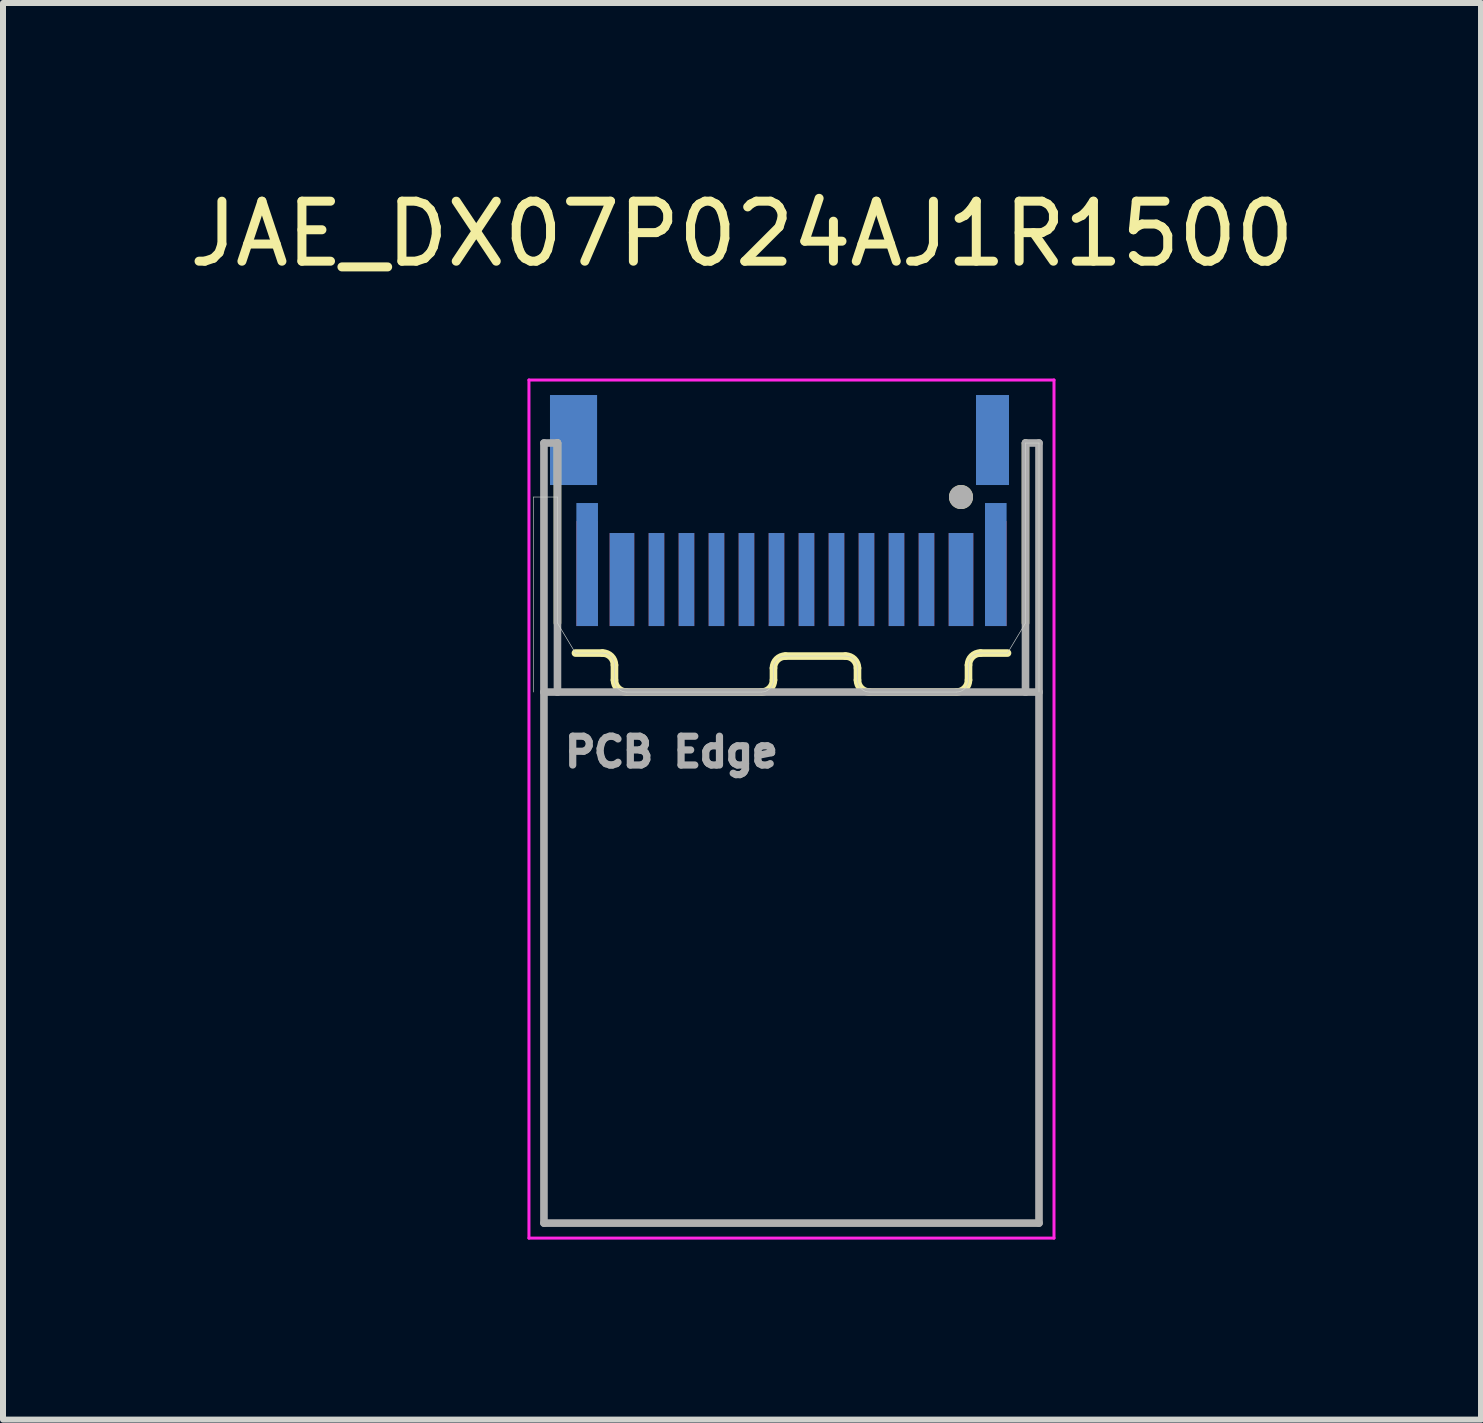
<source format=kicad_pcb>
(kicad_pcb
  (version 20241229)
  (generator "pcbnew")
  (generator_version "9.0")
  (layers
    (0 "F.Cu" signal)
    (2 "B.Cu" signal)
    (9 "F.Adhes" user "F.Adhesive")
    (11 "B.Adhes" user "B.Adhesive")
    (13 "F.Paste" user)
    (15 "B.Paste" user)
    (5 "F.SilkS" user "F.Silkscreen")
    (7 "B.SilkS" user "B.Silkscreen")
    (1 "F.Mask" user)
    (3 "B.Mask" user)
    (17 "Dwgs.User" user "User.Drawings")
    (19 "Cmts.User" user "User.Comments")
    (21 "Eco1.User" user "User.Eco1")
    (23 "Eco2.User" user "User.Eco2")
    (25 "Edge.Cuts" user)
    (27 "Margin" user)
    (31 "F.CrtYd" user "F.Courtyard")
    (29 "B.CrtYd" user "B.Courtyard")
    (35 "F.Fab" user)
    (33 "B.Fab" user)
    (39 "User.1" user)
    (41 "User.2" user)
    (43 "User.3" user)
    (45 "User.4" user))
  (footprint "JAE_DX07P024AJ1R1500"
    (layer "F.Cu")
    (at 10.14 8.483)
    (property "Reference" "JAE_DX07P024AJ1R1500" (at -0.825 -7.635 0) (layer "F.SilkS") (effects (font (size 1 1) (thickness 0.15))))
    (attr smd)
    (fp_line (start -3.9 -1.15) (end -3.9 -4.15) (stroke (width 0.127) (type solid)) (layer "F.SilkS"))
    (fp_line (start -3.6 -0.65) (end -3.15 -0.65) (stroke (width 0.127) (type solid)) (layer "F.SilkS"))
    (fp_line (start -2.95 -0.45) (end -2.95 -0.2) (stroke (width 0.127) (type solid)) (layer "F.SilkS"))
    (fp_line (start -2.75 0) (end -0.5 0) (stroke (width 0.127) (type solid)) (layer "F.SilkS"))
    (fp_line (start -0.3 -0.2) (end -0.3 -0.4) (stroke (width 0.127) (type solid)) (layer "F.SilkS"))
    (fp_line (start -0.1 -0.6) (end 0.9 -0.6) (stroke (width 0.127) (type solid)) (layer "F.SilkS"))
    (fp_line (start 1.1 -0.4) (end 1.1 -0.2) (stroke (width 0.127) (type solid)) (layer "F.SilkS"))
    (fp_line (start 1.3 0) (end 2.75 0) (stroke (width 0.127) (type solid)) (layer "F.SilkS"))
    (fp_line (start 2.95 -0.2) (end 2.95 -0.45) (stroke (width 0.127) (type solid)) (layer "F.SilkS"))
    (fp_line (start 3.15 -0.65) (end 3.6 -0.65) (stroke (width 0.127) (type solid)) (layer "F.SilkS"))
    (fp_line (start 3.9 -1.15) (end 3.9 -4.15) (stroke (width 0.127) (type solid)) (layer "F.SilkS"))
    (fp_arc (start -3.15 -0.65) (mid -3.008579 -0.591421) (end -2.95 -0.45) (stroke (width 0.127) (type solid)) (layer "F.SilkS"))
    (fp_arc (start -2.75 0) (mid -2.891421 -0.058579) (end -2.95 -0.2) (stroke (width 0.127) (type solid)) (layer "F.SilkS"))
    (fp_arc (start -0.3 -0.4) (mid -0.241421 -0.541421) (end -0.1 -0.6) (stroke (width 0.127) (type solid)) (layer "F.SilkS"))
    (fp_arc (start -0.3 -0.2) (mid -0.358579 -0.058579) (end -0.5 0) (stroke (width 0.127) (type solid)) (layer "F.SilkS"))
    (fp_arc (start 0.9 -0.6) (mid 1.041421 -0.541421) (end 1.1 -0.4) (stroke (width 0.127) (type solid)) (layer "F.SilkS"))
    (fp_arc (start 1.3 0) (mid 1.158579 -0.058579) (end 1.1 -0.2) (stroke (width 0.127) (type solid)) (layer "F.SilkS"))
    (fp_arc (start 2.95 -0.45) (mid 3.008579 -0.591421) (end 3.15 -0.65) (stroke (width 0.127) (type solid)) (layer "F.SilkS"))
    (fp_arc (start 2.95 -0.2) (mid 2.891421 -0.058579) (end 2.75 0) (stroke (width 0.127) (type solid)) (layer "F.SilkS"))
    (fp_circle (center 2.825 -3.25) (end 2.925 -3.25) (stroke (width 0.2) (type solid)) (fill no) (layer "F.SilkS"))
    (fp_line (start -4.3 -3.25) (end -4.3 0) (stroke (width 0.01) (type solid)) (layer "Edge.Cuts"))
    (fp_line (start -3.9 -3.25) (end -4.3 -3.25) (stroke (width 0.01) (type solid)) (layer "Edge.Cuts"))
    (fp_line (start -3.9 -1.15) (end -3.9 -3.25) (stroke (width 0.01) (type solid)) (layer "Edge.Cuts"))
    (fp_line (start -3.6 -0.65) (end -3.9 -1.15) (stroke (width 0.01) (type solid)) (layer "Edge.Cuts"))
    (fp_line (start -3.15 -0.65) (end -3.6 -0.65) (stroke (width 0.01) (type solid)) (layer "Edge.Cuts"))
    (fp_line (start -2.95 -0.2) (end -2.95 -0.45) (stroke (width 0.01) (type solid)) (layer "Edge.Cuts"))
    (fp_line (start -0.5 0) (end -2.75 0) (stroke (width 0.01) (type solid)) (layer "Edge.Cuts"))
    (fp_line (start -0.3 -0.4) (end -0.3 -0.2) (stroke (width 0.01) (type solid)) (layer "Edge.Cuts"))
    (fp_line (start 0.9 -0.6) (end -0.1 -0.6) (stroke (width 0.01) (type solid)) (layer "Edge.Cuts"))
    (fp_line (start 1.1 -0.2) (end 1.1 -0.4) (stroke (width 0.01) (type solid)) (layer "Edge.Cuts"))
    (fp_line (start 2.75 0) (end 1.3 0) (stroke (width 0.01) (type solid)) (layer "Edge.Cuts"))
    (fp_line (start 2.95 -0.45) (end 2.95 -0.2) (stroke (width 0.01) (type solid)) (layer "Edge.Cuts"))
    (fp_line (start 3.6 -0.65) (end 3.15 -0.65) (stroke (width 0.01) (type solid)) (layer "Edge.Cuts"))
    (fp_line (start 3.6 -0.65) (end 3.9 -1.15) (stroke (width 0.01) (type solid)) (layer "Edge.Cuts"))
    (fp_line (start 3.9 -4.15) (end 4.125 -4.15) (stroke (width 0.01) (type solid)) (layer "Edge.Cuts"))
    (fp_line (start 3.9 -1.15) (end 3.9 -4.15) (stroke (width 0.01) (type solid)) (layer "Edge.Cuts"))
    (fp_line (start 4.125 -4.15) (end 4.125 0) (stroke (width 0.01) (type solid)) (layer "Edge.Cuts"))
    (fp_arc (start -3.15 -0.65) (mid -3.008579 -0.591421) (end -2.95 -0.45) (stroke (width 0.01) (type solid)) (layer "Edge.Cuts"))
    (fp_arc (start -2.75 0) (mid -2.891421 -0.058579) (end -2.95 -0.2) (stroke (width 0.01) (type solid)) (layer "Edge.Cuts"))
    (fp_arc (start -0.3 -0.4) (mid -0.241421 -0.541421) (end -0.1 -0.6) (stroke (width 0.01) (type solid)) (layer "Edge.Cuts"))
    (fp_arc (start -0.3 -0.2) (mid -0.358579 -0.058579) (end -0.5 0) (stroke (width 0.01) (type solid)) (layer "Edge.Cuts"))
    (fp_arc (start 0.9 -0.6) (mid 1.041421 -0.541421) (end 1.1 -0.4) (stroke (width 0.01) (type solid)) (layer "Edge.Cuts"))
    (fp_arc (start 1.3 0) (mid 1.158579 -0.058579) (end 1.1 -0.2) (stroke (width 0.01) (type solid)) (layer "Edge.Cuts"))
    (fp_arc (start 2.95 -0.45) (mid 3.008579 -0.591421) (end 3.15 -0.65) (stroke (width 0.01) (type solid)) (layer "Edge.Cuts"))
    (fp_arc (start 2.95 -0.2) (mid 2.891421 -0.058579) (end 2.75 0) (stroke (width 0.01) (type solid)) (layer "Edge.Cuts"))
    (fp_line (start -4.375 -5.2) (end 4.375 -5.2) (stroke (width 0.05) (type solid)) (layer "F.CrtYd"))
    (fp_line (start -4.375 9.1) (end -4.375 -5.2) (stroke (width 0.05) (type solid)) (layer "F.CrtYd"))
    (fp_line (start 4.375 -5.2) (end 4.375 9.1) (stroke (width 0.05) (type solid)) (layer "F.CrtYd"))
    (fp_line (start 4.375 9.1) (end -4.375 9.1) (stroke (width 0.05) (type solid)) (layer "F.CrtYd"))
    (fp_line (start -4.125 -4.15) (end -3.9 -4.15) (stroke (width 0.127) (type solid)) (layer "F.Fab"))
    (fp_line (start -4.125 0) (end -4.125 -4.15) (stroke (width 0.127) (type solid)) (layer "F.Fab"))
    (fp_line (start -4.125 8.85) (end -4.125 0) (stroke (width 0.127) (type solid)) (layer "F.Fab"))
    (fp_line (start -3.9 0) (end -4.125 0) (stroke (width 0.127) (type solid)) (layer "F.Fab"))
    (fp_line (start -3.9 0) (end -3.9 -4.15) (stroke (width 0.127) (type solid)) (layer "F.Fab"))
    (fp_line (start 3.9 -4.15) (end 3.9 0) (stroke (width 0.127) (type solid)) (layer "F.Fab"))
    (fp_line (start 3.9 0) (end -3.9 0) (stroke (width 0.127) (type solid)) (layer "F.Fab"))
    (fp_line (start 3.9 0) (end 4.125 0) (stroke (width 0.127) (type solid)) (layer "F.Fab"))
    (fp_line (start 4.125 -4.15) (end 3.9 -4.15) (stroke (width 0.127) (type solid)) (layer "F.Fab"))
    (fp_line (start 4.125 -4.15) (end 4.125 0) (stroke (width 0.127) (type solid)) (layer "F.Fab"))
    (fp_line (start 4.125 0) (end 4.125 8.85) (stroke (width 0.127) (type solid)) (layer "F.Fab"))
    (fp_line (start 4.125 8.85) (end -4.125 8.85) (stroke (width 0.127) (type solid)) (layer "F.Fab"))
    (fp_circle (center 2.825 -3.25) (end 2.925 -3.25) (stroke (width 0.2) (type solid)) (fill no) (layer "F.Fab"))
    (fp_text user "PCB Edge" (at -2 1 0) (layer "F.Fab") (effects (font (size 0.48 0.48) (thickness 0.15))))
    (pad "A1" smd rect (at 2.825 -1.875) (size 0.41 1.55) (layers "F.Cu" "F.Mask" "F.Paste"))
    (pad "A2" smd rect (at 2.25 -1.875) (size 0.26 1.55) (layers "F.Cu" "F.Mask" "F.Paste"))
    (pad "A3" smd rect (at 1.75 -1.875) (size 0.26 1.55) (layers "F.Cu" "F.Mask" "F.Paste"))
    (pad "A4" smd rect (at 1.25 -1.875) (size 0.26 1.55) (layers "F.Cu" "F.Mask" "F.Paste"))
    (pad "A5" smd rect (at 0.75 -1.875) (size 0.26 1.55) (layers "F.Cu" "F.Mask" "F.Paste"))
    (pad "A6" smd rect (at 0.25 -1.875) (size 0.26 1.55) (layers "F.Cu" "F.Mask" "F.Paste"))
    (pad "A7" smd rect (at -0.25 -1.875) (size 0.26 1.55) (layers "F.Cu" "F.Mask" "F.Paste"))
    (pad "A8" smd rect (at -0.75 -1.875) (size 0.26 1.55) (layers "F.Cu" "F.Mask" "F.Paste"))
    (pad "A9" smd rect (at -1.25 -1.875) (size 0.26 1.55) (layers "F.Cu" "F.Mask" "F.Paste"))
    (pad "A10" smd rect (at -1.75 -1.875) (size 0.26 1.55) (layers "F.Cu" "F.Mask" "F.Paste"))
    (pad "A11" smd rect (at -2.25 -1.875) (size 0.26 1.55) (layers "F.Cu" "F.Mask" "F.Paste"))
    (pad "A12" smd rect (at -2.825 -1.875) (size 0.41 1.55) (layers "F.Cu" "F.Mask" "F.Paste"))
    (pad "B1" smd rect (at -2.825 -1.875) (size 0.41 1.55) (layers "B.Cu" "B.Mask" "B.Paste"))
    (pad "B2" smd rect (at -2.25 -1.875) (size 0.26 1.55) (layers "B.Cu" "B.Mask" "B.Paste"))
    (pad "B3" smd rect (at -1.75 -1.875) (size 0.26 1.55) (layers "B.Cu" "B.Mask" "B.Paste"))
    (pad "B4" smd rect (at -1.25 -1.875) (size 0.26 1.55) (layers "B.Cu" "B.Mask" "B.Paste"))
    (pad "B5" smd rect (at -0.75 -1.875) (size 0.26 1.55) (layers "B.Cu" "B.Mask" "B.Paste"))
    (pad "B6" smd rect (at -0.25 -1.875) (size 0.26 1.55) (layers "B.Cu" "B.Mask" "B.Paste"))
    (pad "B7" smd rect (at 0.25 -1.875) (size 0.26 1.55) (layers "B.Cu" "B.Mask" "B.Paste"))
    (pad "B8" smd rect (at 0.75 -1.875) (size 0.26 1.55) (layers "B.Cu" "B.Mask" "B.Paste"))
    (pad "B9" smd rect (at 1.25 -1.875) (size 0.26 1.55) (layers "B.Cu" "B.Mask" "B.Paste"))
    (pad "B10" smd rect (at 1.75 -1.875) (size 0.26 1.55) (layers "B.Cu" "B.Mask" "B.Paste"))
    (pad "B11" smd rect (at 2.25 -1.875) (size 0.26 1.55) (layers "B.Cu" "B.Mask" "B.Paste"))
    (pad "B12" smd rect (at 2.825 -1.875) (size 0.41 1.55) (layers "B.Cu" "B.Mask" "B.Paste"))
    (pad "S1" smd rect (at -3.405 -1.975) (size 0.36 1.75) (layers "F.Cu" "F.Mask" "F.Paste"))
    (pad "S2" smd rect (at 3.405 -1.975) (size 0.36 1.75) (layers "F.Cu" "F.Mask" "F.Paste"))
    (pad "S3" smd rect (at -3.405 -2.125) (size 0.36 2.05) (layers "B.Cu" "B.Mask" "B.Paste"))
    (pad "S4" smd rect (at 3.405 -2.125) (size 0.36 2.05) (layers "B.Cu" "B.Mask" "B.Paste"))
    (pad "S5" smd rect (at -3.632 -4.2) (size 0.785 1.5) (layers "B.Cu" "B.Mask" "B.Paste"))
    (pad "S6" smd rect (at 3.35 -4.2) (size 0.55 1.5) (layers "B.Cu" "B.Mask" "B.Paste")))
  (gr_rect
    (start -3 -3)
    (end 21.631 20.608)
    (stroke (width 0.1) (type default))
    (fill no)
    (layer "Edge.Cuts")))
</source>
